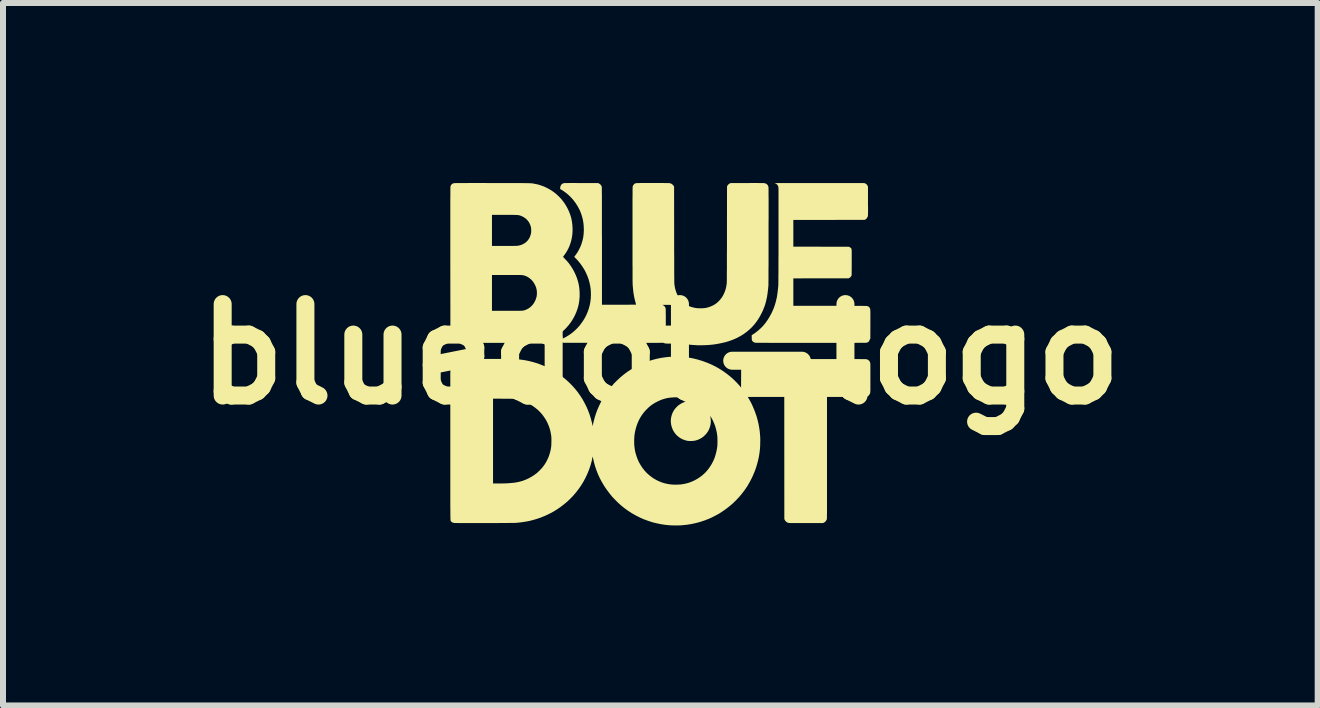
<source format=kicad_pcb>
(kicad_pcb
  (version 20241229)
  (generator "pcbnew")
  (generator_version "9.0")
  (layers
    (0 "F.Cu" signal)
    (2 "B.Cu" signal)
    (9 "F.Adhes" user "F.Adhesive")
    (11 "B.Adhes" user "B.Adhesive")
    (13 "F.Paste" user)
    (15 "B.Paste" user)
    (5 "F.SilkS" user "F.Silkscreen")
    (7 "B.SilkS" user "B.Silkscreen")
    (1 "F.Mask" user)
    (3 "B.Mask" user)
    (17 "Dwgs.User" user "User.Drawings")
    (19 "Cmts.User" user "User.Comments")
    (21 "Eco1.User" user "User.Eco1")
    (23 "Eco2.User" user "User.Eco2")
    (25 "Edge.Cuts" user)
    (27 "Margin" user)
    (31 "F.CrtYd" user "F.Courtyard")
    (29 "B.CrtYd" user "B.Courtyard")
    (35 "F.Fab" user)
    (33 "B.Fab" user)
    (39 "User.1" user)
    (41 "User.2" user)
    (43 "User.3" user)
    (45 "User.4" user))
  (footprint "bluedot-logo"
    (layer "F.Cu")
    (at 7.954 2.852)
    (property "Reference" "bluedot-logo" (at 0 0 0) (layer "F.SilkS") (effects (font (size 1.524 1.524) (thickness 0.3))))
    (attr board_only exclude_from_pos_files exclude_from_bom)
    (fp_poly (pts (xy 2.333 -2.851) (xy 2.383 -2.851) (xy 2.436 -2.851) (xy 2.493 -2.851) (xy 2.554 -2.851) (xy 2.619 -2.851) (xy 2.646 -2.851) (xy 3.4 -2.851) (xy 3.411 -2.846) (xy 3.426 -2.839) (xy 3.438 -2.829) (xy 3.448 -2.816) (xy 3.455 -2.802) (xy 3.46 -2.791) (xy 3.46 -2.551) (xy 3.46 -2.514) (xy 3.46 -2.481) (xy 3.461 -2.452) (xy 3.461 -2.426) (xy 3.461 -2.404) (xy 3.461 -2.385) (xy 3.461 -2.368) (xy 3.46 -2.354) (xy 3.46 -2.342) (xy 3.46 -2.332) (xy 3.46 -2.324) (xy 3.46 -2.317) (xy 3.459 -2.312) (xy 3.459 -2.308) (xy 3.459 -2.304) (xy 3.458 -2.302) (xy 3.458 -2.299) (xy 3.457 -2.297) (xy 3.457 -2.297) (xy 3.452 -2.286) (xy 3.446 -2.274) (xy 3.438 -2.263) (xy 3.43 -2.254) (xy 3.428 -2.253) (xy 3.422 -2.248) (xy 3.415 -2.244) (xy 3.412 -2.242) (xy 3.402 -2.238) (xy 2.216 -2.237) (xy 2.216 -1.792) (xy 3.139 -1.79) (xy 3.151 -1.786) (xy 3.163 -1.779) (xy 3.173 -1.771) (xy 3.176 -1.768) (xy 3.178 -1.766) (xy 3.18 -1.764) (xy 3.182 -1.761) (xy 3.183 -1.759) (xy 3.185 -1.755) (xy 3.186 -1.75) (xy 3.187 -1.745) (xy 3.187 -1.738) (xy 3.188 -1.729) (xy 3.189 -1.718) (xy 3.189 -1.705) (xy 3.189 -1.69) (xy 3.189 -1.672) (xy 3.189 -1.651) (xy 3.189 -1.628) (xy 3.189 -1.6) (xy 3.189 -1.569) (xy 3.189 -1.535) (xy 3.189 -1.527) (xy 3.188 -1.316) (xy 3.183 -1.305) (xy 3.174 -1.291) (xy 3.163 -1.279) (xy 3.15 -1.271) (xy 3.148 -1.27) (xy 3.137 -1.264) (xy 2.676 -1.264) (xy 2.216 -1.263) (xy 2.216 -0.806) (xy 2.816 -0.806) (xy 2.875 -0.806) (xy 2.931 -0.806) (xy 2.985 -0.806) (xy 3.037 -0.806) (xy 3.086 -0.805) (xy 3.132 -0.805) (xy 3.175 -0.805) (xy 3.215 -0.805) (xy 3.253 -0.805) (xy 3.287 -0.805) (xy 3.318 -0.805) (xy 3.345 -0.805) (xy 3.369 -0.805) (xy 3.389 -0.804) (xy 3.406 -0.804) (xy 3.419 -0.804) (xy 3.428 -0.804) (xy 3.433 -0.804) (xy 3.433 -0.804) (xy 3.452 -0.8) (xy 3.467 -0.794) (xy 3.479 -0.785) (xy 3.488 -0.773) (xy 3.491 -0.768) (xy 3.492 -0.765) (xy 3.494 -0.763) (xy 3.495 -0.76) (xy 3.496 -0.756) (xy 3.497 -0.752) (xy 3.497 -0.747) (xy 3.498 -0.741) (xy 3.498 -0.734) (xy 3.499 -0.725) (xy 3.499 -0.714) (xy 3.5 -0.701) (xy 3.5 -0.686) (xy 3.5 -0.668) (xy 3.5 -0.648) (xy 3.5 -0.625) (xy 3.5 -0.598) (xy 3.5 -0.568) (xy 3.5 -0.534) (xy 3.5 -0.497) (xy 3.5 -0.496) (xy 3.499 -0.257) (xy 3.492 -0.248) (xy 3.489 -0.242) (xy 3.486 -0.237) (xy 3.486 -0.236) (xy 3.484 -0.231) (xy 3.482 -0.224) (xy 3.478 -0.217) (xy 3.473 -0.211) (xy 3.47 -0.207) (xy 3.46 -0.2) (xy 3.446 -0.194) (xy 3.43 -0.191) (xy 3.429 -0.191) (xy 3.426 -0.19) (xy 3.419 -0.19) (xy 3.408 -0.19) (xy 3.393 -0.19) (xy 3.375 -0.19) (xy 3.354 -0.19) (xy 3.329 -0.19) (xy 3.302 -0.19) (xy 3.271 -0.189) (xy 3.238 -0.189) (xy 3.203 -0.189) (xy 3.165 -0.189) (xy 3.125 -0.189) (xy 3.082 -0.189) (xy 3.038 -0.189) (xy 2.993 -0.189) (xy 2.945 -0.189) (xy 2.897 -0.189) (xy 2.847 -0.189) (xy 2.796 -0.189) (xy 2.744 -0.189) (xy 2.692 -0.189) (xy 2.639 -0.189) (xy 2.585 -0.189) (xy 2.531 -0.189) (xy 2.478 -0.189) (xy 2.424 -0.189) (xy 2.37 -0.189) (xy 2.317 -0.189) (xy 2.265 -0.189) (xy 2.213 -0.189) (xy 2.162 -0.189) (xy 2.113 -0.189) (xy 2.064 -0.189) (xy 2.017 -0.189) (xy 1.971 -0.189) (xy 1.927 -0.189) (xy 1.885 -0.189) (xy 1.845 -0.189) (xy 1.808 -0.189) (xy 1.772 -0.19) (xy 1.739 -0.19) (xy 1.709 -0.19) (xy 1.682 -0.19) (xy 1.657 -0.19) (xy 1.636 -0.19) (xy 1.618 -0.19) (xy 1.604 -0.19) (xy 1.593 -0.19) (xy 1.586 -0.191) (xy 1.584 -0.191) (xy 1.566 -0.195) (xy 1.552 -0.202) (xy 1.539 -0.213) (xy 1.53 -0.225) (xy 1.529 -0.227) (xy 1.527 -0.232) (xy 1.526 -0.236) (xy 1.524 -0.24) (xy 1.524 -0.245) (xy 1.523 -0.252) (xy 1.523 -0.262) (xy 1.523 -0.275) (xy 1.523 -0.278) (xy 1.522 -0.316) (xy 1.539 -0.327) (xy 1.586 -0.359) (xy 1.63 -0.394) (xy 1.672 -0.431) (xy 1.711 -0.471) (xy 1.747 -0.514) (xy 1.781 -0.561) (xy 1.813 -0.611) (xy 1.842 -0.664) (xy 1.853 -0.684) (xy 1.87 -0.721) (xy 1.886 -0.758) (xy 1.9 -0.795) (xy 1.912 -0.832) (xy 1.923 -0.871) (xy 1.933 -0.911) (xy 1.942 -0.952) (xy 1.949 -0.996) (xy 1.955 -1.043) (xy 1.961 -1.093) (xy 1.966 -1.147) (xy 1.966 -1.148) (xy 1.966 -1.153) (xy 1.966 -1.162) (xy 1.966 -1.174) (xy 1.967 -1.19) (xy 1.967 -1.209) (xy 1.967 -1.231) (xy 1.967 -1.257) (xy 1.967 -1.285) (xy 1.967 -1.316) (xy 1.968 -1.35) (xy 1.968 -1.386) (xy 1.968 -1.424) (xy 1.968 -1.464) (xy 1.968 -1.506) (xy 1.968 -1.55) (xy 1.968 -1.595) (xy 1.969 -1.641) (xy 1.969 -1.689) (xy 1.969 -1.737) (xy 1.969 -1.786) (xy 1.969 -1.836) (xy 1.969 -1.887) (xy 1.969 -1.937) (xy 1.969 -1.988) (xy 1.969 -2.039) (xy 1.969 -2.089) (xy 1.969 -2.139) (xy 1.969 -2.188) (xy 1.969 -2.237) (xy 1.969 -2.284) (xy 1.969 -2.331) (xy 1.969 -2.376) (xy 1.969 -2.42) (xy 1.969 -2.462) (xy 1.969 -2.502) (xy 1.969 -2.54) (xy 1.969 -2.576) (xy 1.969 -2.61) (xy 1.969 -2.641) (xy 1.969 -2.67) (xy 1.969 -2.695) (xy 1.969 -2.718) (xy 1.969 -2.737) (xy 1.968 -2.753) (xy 1.968 -2.766) (xy 1.968 -2.774) (xy 1.968 -2.779) (xy 1.968 -2.78) (xy 1.963 -2.798) (xy 1.955 -2.814) (xy 1.946 -2.826) (xy 1.935 -2.835) (xy 1.923 -2.842) (xy 1.908 -2.847) (xy 1.905 -2.848) (xy 1.904 -2.848) (xy 1.904 -2.849) (xy 1.904 -2.849) (xy 1.904 -2.849) (xy 1.906 -2.849) (xy 1.908 -2.85) (xy 1.911 -2.85) (xy 1.916 -2.85) (xy 1.921 -2.85) (xy 1.929 -2.85) (xy 1.937 -2.85) (xy 1.948 -2.851) (xy 1.96 -2.851) (xy 1.974 -2.851) (xy 1.99 -2.851) (xy 2.008 -2.851) (xy 2.028 -2.851) (xy 2.051 -2.851) (xy 2.076 -2.851) (xy 2.104 -2.851) (xy 2.135 -2.851) (xy 2.168 -2.851) (xy 2.205 -2.851) (xy 2.244 -2.851) (xy 2.287 -2.851)) (stroke (width 0) (type solid)) (fill yes) (layer "F.SilkS"))
    (fp_poly (pts (xy -3.017 -2.852) (xy -2.961 -2.852) (xy -2.901 -2.852) (xy -2.836 -2.851) (xy -2.799 -2.851) (xy -2.738 -2.851) (xy -2.681 -2.851) (xy -2.628 -2.851) (xy -2.579 -2.851) (xy -2.533 -2.851) (xy -2.49 -2.851) (xy -2.451 -2.851) (xy -2.415 -2.851) (xy -2.382 -2.851) (xy -2.351 -2.851) (xy -2.324 -2.851) (xy -2.299 -2.851) (xy -2.276 -2.85) (xy -2.255 -2.85) (xy -2.237 -2.85) (xy -2.22 -2.85) (xy -2.205 -2.849) (xy -2.192 -2.849) (xy -2.181 -2.849) (xy -2.17 -2.848) (xy -2.161 -2.848) (xy -2.153 -2.848) (xy -2.146 -2.847) (xy -2.14 -2.847) (xy -2.134 -2.846) (xy -2.129 -2.845) (xy -2.124 -2.845) (xy -2.119 -2.844) (xy -2.114 -2.843) (xy -2.109 -2.842) (xy -2.104 -2.841) (xy -2.098 -2.84) (xy -2.095 -2.839) (xy -2.041 -2.828) (xy -1.989 -2.812) (xy -1.937 -2.793) (xy -1.887 -2.769) (xy -1.838 -2.742) (xy -1.791 -2.712) (xy -1.749 -2.68) (xy -1.735 -2.669) (xy -1.72 -2.655) (xy -1.703 -2.639) (xy -1.686 -2.622) (xy -1.67 -2.606) (xy -1.655 -2.59) (xy -1.643 -2.576) (xy -1.639 -2.571) (xy -1.604 -2.525) (xy -1.573 -2.477) (xy -1.546 -2.428) (xy -1.522 -2.377) (xy -1.502 -2.326) (xy -1.486 -2.273) (xy -1.481 -2.251) (xy -1.472 -2.202) (xy -1.466 -2.15) (xy -1.463 -2.098) (xy -1.463 -2.045) (xy -1.467 -1.993) (xy -1.474 -1.944) (xy -1.484 -1.896) (xy -1.498 -1.848) (xy -1.515 -1.801) (xy -1.536 -1.755) (xy -1.56 -1.711) (xy -1.587 -1.67) (xy -1.599 -1.653) (xy -1.606 -1.644) (xy -1.612 -1.636) (xy -1.617 -1.63) (xy -1.62 -1.626) (xy -1.621 -1.625) (xy -1.62 -1.623) (xy -1.618 -1.619) (xy -1.613 -1.613) (xy -1.606 -1.605) (xy -1.596 -1.595) (xy -1.592 -1.59) (xy -1.556 -1.552) (xy -1.524 -1.514) (xy -1.495 -1.474) (xy -1.468 -1.432) (xy -1.443 -1.388) (xy -1.434 -1.37) (xy -1.41 -1.319) (xy -1.39 -1.269) (xy -1.374 -1.218) (xy -1.361 -1.167) (xy -1.352 -1.114) (xy -1.347 -1.06) (xy -1.345 -1.016) (xy -1.345 -0.961) (xy -1.349 -0.909) (xy -1.356 -0.857) (xy -1.366 -0.807) (xy -1.38 -0.756) (xy -1.383 -0.75) (xy -1.399 -0.704) (xy -1.419 -0.658) (xy -1.442 -0.612) (xy -1.468 -0.568) (xy -1.496 -0.526) (xy -1.497 -0.524) (xy -1.532 -0.479) (xy -1.57 -0.436) (xy -1.61 -0.396) (xy -1.653 -0.359) (xy -1.699 -0.325) (xy -1.746 -0.295) (xy -1.796 -0.268) (xy -1.847 -0.245) (xy -1.9 -0.225) (xy -1.901 -0.225) (xy -1.929 -0.216) (xy -1.955 -0.209) (xy -1.983 -0.203) (xy -2.012 -0.198) (xy -2.044 -0.193) (xy -2.045 -0.193) (xy -2.048 -0.193) (xy -2.051 -0.193) (xy -2.055 -0.192) (xy -2.059 -0.192) (xy -2.064 -0.192) (xy -2.07 -0.192) (xy -2.077 -0.191) (xy -2.085 -0.191) (xy -2.094 -0.191) (xy -2.105 -0.191) (xy -2.118 -0.191) (xy -2.132 -0.191) (xy -2.148 -0.19) (xy -2.167 -0.19) (xy -2.187 -0.19) (xy -2.209 -0.19) (xy -2.234 -0.19) (xy -2.262 -0.19) (xy -2.292 -0.19) (xy -2.325 -0.19) (xy -2.361 -0.19) (xy -2.4 -0.19) (xy -2.443 -0.19) (xy -2.488 -0.19) (xy -2.538 -0.19) (xy -2.591 -0.189) (xy -2.647 -0.189) (xy -2.708 -0.189) (xy -2.749 -0.189) (xy -2.802 -0.189) (xy -2.854 -0.189) (xy -2.905 -0.189) (xy -2.954 -0.189) (xy -3.002 -0.189) (xy -3.048 -0.189) (xy -3.093 -0.189) (xy -3.135 -0.189) (xy -3.175 -0.189) (xy -3.214 -0.19) (xy -3.249 -0.19) (xy -3.282 -0.19) (xy -3.313 -0.19) (xy -3.34 -0.19) (xy -3.365 -0.19) (xy -3.386 -0.19) (xy -3.404 -0.19) (xy -3.418 -0.19) (xy -3.429 -0.19) (xy -3.436 -0.191) (xy -3.439 -0.191) (xy -3.456 -0.195) (xy -3.471 -0.202) (xy -3.483 -0.213) (xy -3.492 -0.226) (xy -3.492 -0.227) (xy -3.499 -0.241) (xy -3.499 -0.723) (xy -2.806 -0.723) (xy -2.557 -0.723) (xy -2.519 -0.723) (xy -2.485 -0.723) (xy -2.454 -0.723) (xy -2.427 -0.723) (xy -2.403 -0.723) (xy -2.383 -0.723) (xy -2.365 -0.723) (xy -2.349 -0.723) (xy -2.336 -0.724) (xy -2.325 -0.724) (xy -2.316 -0.724) (xy -2.308 -0.724) (xy -2.302 -0.725) (xy -2.297 -0.725) (xy -2.293 -0.725) (xy -2.29 -0.726) (xy -2.289 -0.726) (xy -2.259 -0.733) (xy -2.23 -0.745) (xy -2.202 -0.759) (xy -2.175 -0.777) (xy -2.151 -0.799) (xy -2.128 -0.822) (xy -2.109 -0.849) (xy -2.092 -0.878) (xy -2.08 -0.903) (xy -2.07 -0.932) (xy -2.062 -0.96) (xy -2.058 -0.989) (xy -2.057 -1.018) (xy -2.057 -1.032) (xy -2.059 -1.06) (xy -2.064 -1.085) (xy -2.07 -1.11) (xy -2.08 -1.135) (xy -2.089 -1.155) (xy -2.106 -1.185) (xy -2.125 -1.213) (xy -2.147 -1.238) (xy -2.172 -1.26) (xy -2.198 -1.279) (xy -2.226 -1.295) (xy -2.255 -1.307) (xy -2.285 -1.315) (xy -2.289 -1.316) (xy -2.292 -1.317) (xy -2.295 -1.317) (xy -2.3 -1.317) (xy -2.306 -1.318) (xy -2.313 -1.318) (xy -2.321 -1.318) (xy -2.332 -1.319) (xy -2.344 -1.319) (xy -2.359 -1.319) (xy -2.376 -1.319) (xy -2.396 -1.319) (xy -2.419 -1.319) (xy -2.445 -1.319) (xy -2.475 -1.319) (xy -2.508 -1.319) (xy -2.545 -1.319) (xy -2.556 -1.319) (xy -2.806 -1.319) (xy -2.806 -0.723) (xy -3.499 -0.723) (xy -3.5 -1.511) (xy -3.5 -1.603) (xy -3.5 -1.69) (xy -3.5 -1.774) (xy -3.5 -1.854) (xy -3.5 -1.93) (xy -3.5 -2.002) (xy -3.5 -2.07) (xy -3.5 -2.135) (xy -3.5 -2.196) (xy -3.5 -2.254) (xy -3.5 -2.308) (xy -3.5 -2.322) (xy -2.806 -2.322) (xy -2.806 -1.804) (xy -2.601 -1.804) (xy -2.566 -1.804) (xy -2.535 -1.804) (xy -2.508 -1.804) (xy -2.484 -1.804) (xy -2.463 -1.804) (xy -2.445 -1.804) (xy -2.43 -1.805) (xy -2.417 -1.805) (xy -2.406 -1.805) (xy -2.397 -1.805) (xy -2.39 -1.806) (xy -2.384 -1.806) (xy -2.379 -1.807) (xy -2.375 -1.807) (xy -2.375 -1.807) (xy -2.341 -1.814) (xy -2.31 -1.824) (xy -2.281 -1.838) (xy -2.254 -1.854) (xy -2.23 -1.874) (xy -2.209 -1.896) (xy -2.191 -1.921) (xy -2.176 -1.948) (xy -2.165 -1.978) (xy -2.156 -2.009) (xy -2.155 -2.016) (xy -2.153 -2.03) (xy -2.152 -2.047) (xy -2.152 -2.065) (xy -2.152 -2.082) (xy -2.154 -2.098) (xy -2.155 -2.107) (xy -2.162 -2.138) (xy -2.174 -2.168) (xy -2.188 -2.196) (xy -2.206 -2.221) (xy -2.227 -2.245) (xy -2.251 -2.266) (xy -2.277 -2.283) (xy -2.305 -2.298) (xy -2.331 -2.308) (xy -2.337 -2.31) (xy -2.343 -2.312) (xy -2.348 -2.313) (xy -2.353 -2.315) (xy -2.358 -2.316) (xy -2.364 -2.317) (xy -2.37 -2.318) (xy -2.377 -2.318) (xy -2.385 -2.319) (xy -2.395 -2.319) (xy -2.406 -2.32) (xy -2.419 -2.32) (xy -2.435 -2.32) (xy -2.453 -2.321) (xy -2.474 -2.321) (xy -2.498 -2.321) (xy -2.526 -2.321) (xy -2.557 -2.321) (xy -2.591 -2.321) (xy -2.593 -2.321) (xy -2.806 -2.322) (xy -3.5 -2.322) (xy -3.5 -2.359) (xy -3.5 -2.407) (xy -3.5 -2.452) (xy -3.5 -2.493) (xy -3.5 -2.532) (xy -3.5 -2.567) (xy -3.5 -2.599) (xy -3.499 -2.629) (xy -3.499 -2.656) (xy -3.499 -2.68) (xy -3.499 -2.702) (xy -3.499 -2.721) (xy -3.499 -2.738) (xy -3.499 -2.752) (xy -3.499 -2.764) (xy -3.499 -2.774) (xy -3.498 -2.781) (xy -3.498 -2.787) (xy -3.498 -2.79) (xy -3.498 -2.792) (xy -3.492 -2.809) (xy -3.484 -2.824) (xy -3.472 -2.835) (xy -3.458 -2.844) (xy -3.441 -2.849) (xy -3.438 -2.85) (xy -3.435 -2.85) (xy -3.429 -2.85) (xy -3.421 -2.85) (xy -3.409 -2.851) (xy -3.395 -2.851) (xy -3.378 -2.851) (xy -3.357 -2.851) (xy -3.333 -2.851) (xy -3.306 -2.851) (xy -3.275 -2.851) (xy -3.241 -2.851) (xy -3.204 -2.852) (xy -3.163 -2.852) (xy -3.118 -2.852) (xy -3.069 -2.852)) (stroke (width 0) (type solid)) (fill yes) (layer "F.SilkS"))
    (fp_poly (pts (xy -0.139 -2.852) (xy -0.125 -2.852) (xy -0.081 -2.852) (xy -0.041 -2.852) (xy -0.005 -2.852) (xy 0.027 -2.852) (xy 0.055 -2.852) (xy 0.08 -2.851) (xy 0.101 -2.851) (xy 0.119 -2.851) (xy 0.133 -2.851) (xy 0.144 -2.85) (xy 0.152 -2.85) (xy 0.157 -2.85) (xy 0.158 -2.85) (xy 0.172 -2.845) (xy 0.187 -2.838) (xy 0.201 -2.828) (xy 0.213 -2.817) (xy 0.221 -2.805) (xy 0.224 -2.801) (xy 0.229 -2.791) (xy 0.23 -1.988) (xy 0.23 -1.919) (xy 0.23 -1.854) (xy 0.23 -1.793) (xy 0.23 -1.736) (xy 0.23 -1.683) (xy 0.231 -1.632) (xy 0.231 -1.586) (xy 0.231 -1.542) (xy 0.231 -1.502) (xy 0.231 -1.465) (xy 0.231 -1.43) (xy 0.231 -1.399) (xy 0.231 -1.37) (xy 0.231 -1.343) (xy 0.231 -1.319) (xy 0.232 -1.298) (xy 0.232 -1.278) (xy 0.232 -1.261) (xy 0.232 -1.245) (xy 0.232 -1.231) (xy 0.232 -1.219) (xy 0.232 -1.208) (xy 0.233 -1.199) (xy 0.233 -1.191) (xy 0.233 -1.184) (xy 0.233 -1.178) (xy 0.233 -1.173) (xy 0.234 -1.169) (xy 0.234 -1.166) (xy 0.234 -1.163) (xy 0.235 -1.16) (xy 0.235 -1.16) (xy 0.241 -1.118) (xy 0.25 -1.08) (xy 0.261 -1.044) (xy 0.274 -1.01) (xy 0.284 -0.989) (xy 0.304 -0.953) (xy 0.326 -0.919) (xy 0.351 -0.889) (xy 0.379 -0.862) (xy 0.409 -0.839) (xy 0.442 -0.818) (xy 0.477 -0.801) (xy 0.515 -0.787) (xy 0.556 -0.776) (xy 0.599 -0.768) (xy 0.61 -0.767) (xy 0.626 -0.766) (xy 0.644 -0.765) (xy 0.664 -0.765) (xy 0.684 -0.765) (xy 0.704 -0.765) (xy 0.722 -0.767) (xy 0.738 -0.768) (xy 0.746 -0.769) (xy 0.788 -0.778) (xy 0.828 -0.791) (xy 0.866 -0.807) (xy 0.902 -0.826) (xy 0.935 -0.849) (xy 0.965 -0.875) (xy 0.993 -0.904) (xy 1.018 -0.936) (xy 1.041 -0.971) (xy 1.053 -0.994) (xy 1.068 -1.026) (xy 1.08 -1.058) (xy 1.09 -1.091) (xy 1.098 -1.126) (xy 1.104 -1.164) (xy 1.106 -1.178) (xy 1.107 -1.181) (xy 1.107 -1.186) (xy 1.107 -1.193) (xy 1.107 -1.203) (xy 1.107 -1.214) (xy 1.108 -1.229) (xy 1.108 -1.245) (xy 1.108 -1.265) (xy 1.108 -1.287) (xy 1.108 -1.312) (xy 1.108 -1.339) (xy 1.108 -1.37) (xy 1.109 -1.404) (xy 1.109 -1.441) (xy 1.109 -1.481) (xy 1.109 -1.525) (xy 1.109 -1.571) (xy 1.109 -1.622) (xy 1.109 -1.676) (xy 1.11 -1.734) (xy 1.11 -1.796) (xy 1.11 -1.861) (xy 1.11 -1.93) (xy 1.11 -1.997) (xy 1.111 -2.795) (xy 1.117 -2.807) (xy 1.125 -2.819) (xy 1.135 -2.83) (xy 1.147 -2.84) (xy 1.159 -2.846) (xy 1.171 -2.851) (xy 1.446 -2.851) (xy 1.49 -2.852) (xy 1.53 -2.852) (xy 1.567 -2.852) (xy 1.599 -2.852) (xy 1.628 -2.852) (xy 1.653 -2.851) (xy 1.675 -2.851) (xy 1.693 -2.851) (xy 1.707 -2.851) (xy 1.719 -2.851) (xy 1.727 -2.85) (xy 1.732 -2.85) (xy 1.734 -2.85) (xy 1.752 -2.845) (xy 1.768 -2.837) (xy 1.781 -2.826) (xy 1.792 -2.812) (xy 1.799 -2.796) (xy 1.801 -2.79) (xy 1.801 -2.789) (xy 1.801 -2.787) (xy 1.802 -2.785) (xy 1.802 -2.781) (xy 1.802 -2.777) (xy 1.802 -2.771) (xy 1.802 -2.765) (xy 1.803 -2.757) (xy 1.803 -2.748) (xy 1.803 -2.737) (xy 1.803 -2.724) (xy 1.803 -2.71) (xy 1.803 -2.694) (xy 1.803 -2.676) (xy 1.803 -2.655) (xy 1.803 -2.633) (xy 1.804 -2.608) (xy 1.804 -2.58) (xy 1.804 -2.55) (xy 1.804 -2.517) (xy 1.804 -2.481) (xy 1.804 -2.443) (xy 1.804 -2.401) (xy 1.804 -2.356) (xy 1.804 -2.308) (xy 1.804 -2.256) (xy 1.803 -2.2) (xy 1.803 -2.141) (xy 1.803 -2.078) (xy 1.803 -2.011) (xy 1.803 -1.97) (xy 1.803 -1.895) (xy 1.803 -1.823) (xy 1.803 -1.756) (xy 1.803 -1.692) (xy 1.803 -1.633) (xy 1.803 -1.577) (xy 1.803 -1.525) (xy 1.803 -1.476) (xy 1.802 -1.431) (xy 1.802 -1.39) (xy 1.802 -1.352) (xy 1.802 -1.317) (xy 1.802 -1.285) (xy 1.802 -1.257) (xy 1.802 -1.232) (xy 1.801 -1.21) (xy 1.801 -1.191) (xy 1.801 -1.175) (xy 1.801 -1.161) (xy 1.801 -1.151) (xy 1.801 -1.143) (xy 1.8 -1.138) (xy 1.8 -1.136) (xy 1.795 -1.084) (xy 1.789 -1.035) (xy 1.783 -0.99) (xy 1.776 -0.948) (xy 1.767 -0.907) (xy 1.758 -0.869) (xy 1.748 -0.832) (xy 1.736 -0.797) (xy 1.722 -0.761) (xy 1.708 -0.726) (xy 1.693 -0.695) (xy 1.664 -0.639) (xy 1.633 -0.586) (xy 1.599 -0.537) (xy 1.562 -0.49) (xy 1.523 -0.447) (xy 1.481 -0.407) (xy 1.435 -0.369) (xy 1.387 -0.334) (xy 1.336 -0.303) (xy 1.283 -0.274) (xy 1.237 -0.253) (xy 1.188 -0.233) (xy 1.136 -0.215) (xy 1.081 -0.199) (xy 1.025 -0.186) (xy 0.966 -0.174) (xy 0.907 -0.164) (xy 0.848 -0.157) (xy 0.788 -0.152) (xy 0.738 -0.15) (xy 0.724 -0.15) (xy 0.711 -0.149) (xy 0.699 -0.149) (xy 0.689 -0.149) (xy 0.682 -0.148) (xy 0.681 -0.148) (xy 0.675 -0.148) (xy 0.666 -0.148) (xy 0.654 -0.149) (xy 0.641 -0.149) (xy 0.626 -0.149) (xy 0.617 -0.149) (xy 0.568 -0.152) (xy 0.517 -0.155) (xy 0.466 -0.161) (xy 0.416 -0.168) (xy 0.367 -0.176) (xy 0.32 -0.186) (xy 0.276 -0.196) (xy 0.24 -0.206) (xy 0.222 -0.212) (xy 0.23 -0.223) (xy 0.232 -0.226) (xy 0.234 -0.229) (xy 0.236 -0.232) (xy 0.238 -0.234) (xy 0.239 -0.237) (xy 0.24 -0.241) (xy 0.242 -0.245) (xy 0.242 -0.251) (xy 0.243 -0.257) (xy 0.244 -0.265) (xy 0.244 -0.275) (xy 0.245 -0.286) (xy 0.245 -0.3) (xy 0.245 -0.316) (xy 0.245 -0.335) (xy 0.246 -0.357) (xy 0.246 -0.382) (xy 0.246 -0.41) (xy 0.246 -0.441) (xy 0.246 -0.477) (xy 0.246 -0.499) (xy 0.246 -0.543) (xy 0.246 -0.583) (xy 0.246 -0.619) (xy 0.246 -0.651) (xy 0.246 -0.679) (xy 0.246 -0.702) (xy 0.246 -0.721) (xy 0.245 -0.737) (xy 0.245 -0.748) (xy 0.245 -0.755) (xy 0.244 -0.757) (xy 0.243 -0.766) (xy 0.24 -0.775) (xy 0.238 -0.78) (xy 0.231 -0.791) (xy 0.221 -0.802) (xy 0.21 -0.811) (xy 0.201 -0.816) (xy 0.19 -0.821) (xy 0.03 -0.822) (xy 0.042 -0.817) (xy 0.058 -0.809) (xy 0.071 -0.797) (xy 0.08 -0.783) (xy 0.087 -0.767) (xy 0.089 -0.754) (xy 0.089 -0.749) (xy 0.09 -0.741) (xy 0.09 -0.729) (xy 0.09 -0.714) (xy 0.09 -0.696) (xy 0.09 -0.676) (xy 0.091 -0.654) (xy 0.091 -0.63) (xy 0.091 -0.604) (xy 0.091 -0.577) (xy 0.091 -0.55) (xy 0.091 -0.522) (xy 0.091 -0.493) (xy 0.091 -0.465) (xy 0.091 -0.438) (xy 0.091 -0.411) (xy 0.091 -0.385) (xy 0.091 -0.361) (xy 0.09 -0.339) (xy 0.09 -0.319) (xy 0.09 -0.301) (xy 0.09 -0.286) (xy 0.09 -0.274) (xy 0.089 -0.266) (xy 0.089 -0.262) (xy 0.089 -0.261) (xy 0.085 -0.243) (xy 0.077 -0.227) (xy 0.067 -0.213) (xy 0.054 -0.202) (xy 0.039 -0.194) (xy 0.027 -0.191) (xy 0.025 -0.19) (xy 0.021 -0.19) (xy 0.014 -0.19) (xy 0.006 -0.19) (xy -0.006 -0.19) (xy -0.019 -0.19) (xy -0.035 -0.189) (xy -0.054 -0.189) (xy -0.075 -0.189) (xy -0.1 -0.189) (xy -0.127 -0.189) (xy -0.157 -0.189) (xy -0.19 -0.189) (xy -0.227 -0.189) (xy -0.266 -0.189) (xy -0.309 -0.189) (xy -0.356 -0.189) (xy -0.406 -0.189) (xy -0.459 -0.189) (xy -0.516 -0.189) (xy -0.577 -0.189) (xy -0.642 -0.189) (xy -0.711 -0.189) (xy -0.784 -0.189) (xy -0.799 -0.189) (xy -1.614 -0.19) (xy -1.627 -0.194) (xy -1.64 -0.202) (xy -1.651 -0.212) (xy -1.659 -0.223) (xy -1.664 -0.237) (xy -1.664 -0.238) (xy -1.665 -0.241) (xy -1.664 -0.243) (xy -1.661 -0.245) (xy -1.655 -0.248) (xy -1.653 -0.248) (xy -1.645 -0.252) (xy -1.633 -0.257) (xy -1.62 -0.263) (xy -1.606 -0.27) (xy -1.592 -0.277) (xy -1.578 -0.284) (xy -1.566 -0.291) (xy -1.562 -0.294) (xy -1.512 -0.325) (xy -1.466 -0.359) (xy -1.422 -0.397) (xy -1.381 -0.437) (xy -1.343 -0.48) (xy -1.308 -0.527) (xy -1.293 -0.548) (xy -1.262 -0.598) (xy -1.235 -0.65) (xy -1.212 -0.703) (xy -1.193 -0.756) (xy -1.178 -0.811) (xy -1.167 -0.866) (xy -1.16 -0.923) (xy -1.157 -0.98) (xy -1.158 -1.039) (xy -1.161 -1.083) (xy -1.169 -1.139) (xy -1.181 -1.194) (xy -1.196 -1.249) (xy -1.216 -1.303) (xy -1.239 -1.355) (xy -1.265 -1.406) (xy -1.296 -1.456) (xy -1.329 -1.503) (xy -1.366 -1.549) (xy -1.405 -1.592) (xy -1.41 -1.596) (xy -1.435 -1.622) (xy -1.419 -1.643) (xy -1.388 -1.687) (xy -1.361 -1.732) (xy -1.337 -1.78) (xy -1.317 -1.829) (xy -1.301 -1.88) (xy -1.292 -1.916) (xy -1.285 -1.947) (xy -1.281 -1.978) (xy -1.278 -2.009) (xy -1.276 -2.043) (xy -1.275 -2.078) (xy -1.277 -2.133) (xy -1.282 -2.185) (xy -1.29 -2.235) (xy -1.302 -2.285) (xy -1.317 -2.333) (xy -1.336 -2.382) (xy -1.35 -2.412) (xy -1.377 -2.463) (xy -1.407 -2.511) (xy -1.44 -2.556) (xy -1.476 -2.599) (xy -1.515 -2.639) (xy -1.557 -2.676) (xy -1.602 -2.71) (xy -1.65 -2.741) (xy -1.651 -2.742) (xy -1.67 -2.753) (xy -1.669 -2.772) (xy -1.666 -2.792) (xy -1.66 -2.809) (xy -1.651 -2.824) (xy -1.639 -2.836) (xy -1.625 -2.844) (xy -1.613 -2.849) (xy -1.611 -2.849) (xy -1.609 -2.85) (xy -1.606 -2.85) (xy -1.601 -2.85) (xy -1.596 -2.851) (xy -1.589 -2.851) (xy -1.58 -2.851) (xy -1.57 -2.851) (xy -1.557 -2.851) (xy -1.543 -2.851) (xy -1.526 -2.852) (xy -1.506 -2.852) (xy -1.483 -2.852) (xy -1.457 -2.852) (xy -1.428 -2.852) (xy -1.395 -2.852) (xy -1.359 -2.851) (xy -1.319 -2.851) (xy -1.036 -2.851) (xy -1.022 -2.844) (xy -1.006 -2.834) (xy -0.993 -2.821) (xy -0.983 -2.806) (xy -0.977 -2.789) (xy -0.975 -2.781) (xy -0.975 -2.778) (xy -0.975 -2.771) (xy -0.975 -2.76) (xy -0.975 -2.745) (xy -0.975 -2.727) (xy -0.975 -2.705) (xy -0.975 -2.679) (xy -0.974 -2.65) (xy -0.974 -2.618) (xy -0.974 -2.582) (xy -0.974 -2.543) (xy -0.974 -2.502) (xy -0.974 -2.457) (xy -0.974 -2.41) (xy -0.974 -2.36) (xy -0.974 -2.307) (xy -0.974 -2.252) (xy -0.974 -2.195) (xy -0.974 -2.135) (xy -0.974 -2.074) (xy -0.974 -2.01) (xy -0.973 -1.944) (xy -0.973 -1.876) (xy -0.973 -1.807) (xy -0.973 -1.796) (xy -0.973 -0.824) (xy -0.689 -0.824) (xy -0.655 -0.824) (xy -0.622 -0.824) (xy -0.59 -0.824) (xy -0.561 -0.824) (xy -0.533 -0.824) (xy -0.507 -0.825) (xy -0.483 -0.825) (xy -0.462 -0.825) (xy -0.444 -0.825) (xy -0.429 -0.825) (xy -0.417 -0.825) (xy -0.409 -0.825) (xy -0.405 -0.825) (xy -0.404 -0.825) (xy -0.404 -0.828) (xy -0.406 -0.833) (xy -0.408 -0.841) (xy -0.411 -0.85) (xy -0.411 -0.851) (xy -0.425 -0.904) (xy -0.437 -0.958) (xy -0.447 -1.015) (xy -0.454 -1.075) (xy -0.46 -1.138) (xy -0.462 -1.169) (xy -0.462 -1.175) (xy -0.462 -1.185) (xy -0.462 -1.199) (xy -0.463 -1.217) (xy -0.463 -1.239) (xy -0.463 -1.265) (xy -0.463 -1.295) (xy -0.463 -1.328) (xy -0.463 -1.365) (xy -0.463 -1.406) (xy -0.463 -1.451) (xy -0.464 -1.499) (xy -0.464 -1.551) (xy -0.464 -1.607) (xy -0.464 -1.665) (xy -0.464 -1.728) (xy -0.464 -1.793) (xy -0.464 -1.862) (xy -0.464 -1.935) (xy -0.464 -1.997) (xy -0.464 -2.065) (xy -0.464 -2.13) (xy -0.464 -2.19) (xy -0.464 -2.247) (xy -0.464 -2.301) (xy -0.464 -2.35) (xy -0.464 -2.396) (xy -0.464 -2.439) (xy -0.464 -2.479) (xy -0.464 -2.516) (xy -0.464 -2.55) (xy -0.464 -2.581) (xy -0.464 -2.609) (xy -0.463 -2.635) (xy -0.463 -2.658) (xy -0.463 -2.679) (xy -0.463 -2.698) (xy -0.463 -2.714) (xy -0.463 -2.729) (xy -0.463 -2.742) (xy -0.463 -2.753) (xy -0.462 -2.763) (xy -0.462 -2.771) (xy -0.462 -2.777) (xy -0.462 -2.783) (xy -0.462 -2.787) (xy -0.461 -2.79) (xy -0.461 -2.793) (xy -0.461 -2.795) (xy -0.461 -2.795) (xy -0.456 -2.806) (xy -0.45 -2.818) (xy -0.442 -2.828) (xy -0.433 -2.837) (xy -0.431 -2.839) (xy -0.428 -2.841) (xy -0.426 -2.842) (xy -0.424 -2.844) (xy -0.421 -2.845) (xy -0.418 -2.846) (xy -0.415 -2.847) (xy -0.41 -2.848) (xy -0.405 -2.849) (xy -0.398 -2.85) (xy -0.39 -2.85) (xy -0.38 -2.851) (xy -0.368 -2.851) (xy -0.354 -2.851) (xy -0.337 -2.852) (xy -0.318 -2.852) (xy -0.297 -2.852) (xy -0.272 -2.852) (xy -0.244 -2.852) (xy -0.213 -2.852) (xy -0.178 -2.852)) (stroke (width 0) (type solid)) (fill yes) (layer "F.SilkS"))
    (fp_poly (pts (xy 0.302 0.042) (xy 0.334 0.043) (xy 0.364 0.045) (xy 0.386 0.046) (xy 0.451 0.054) (xy 0.513 0.064) (xy 0.574 0.077) (xy 0.634 0.093) (xy 0.696 0.112) (xy 0.711 0.117) (xy 0.782 0.143) (xy 0.852 0.173) (xy 0.919 0.206) (xy 0.984 0.243) (xy 1.047 0.283) (xy 1.108 0.327) (xy 1.166 0.373) (xy 1.222 0.423) (xy 1.274 0.475) (xy 1.324 0.53) (xy 1.325 0.532) (xy 1.345 0.555) (xy 1.346 0.348) (xy 1.347 0.14) (xy 1.354 0.126) (xy 1.364 0.111) (xy 1.376 0.099) (xy 1.391 0.09) (xy 1.409 0.084) (xy 1.415 0.083) (xy 1.417 0.083) (xy 1.422 0.083) (xy 1.43 0.082) (xy 1.441 0.082) (xy 1.455 0.082) (xy 1.471 0.082) (xy 1.491 0.082) (xy 1.514 0.082) (xy 1.54 0.082) (xy 1.569 0.081) (xy 1.601 0.081) (xy 1.636 0.081) (xy 1.675 0.081) (xy 1.718 0.081) (xy 1.764 0.081) (xy 1.813 0.081) (xy 1.866 0.081) (xy 1.923 0.081) (xy 1.983 0.081) (xy 2.047 0.081) (xy 2.115 0.081) (xy 2.187 0.081) (xy 2.263 0.081) (xy 2.343 0.081) (xy 2.427 0.081) (xy 2.429 0.081) (xy 2.506 0.081) (xy 2.579 0.081) (xy 2.648 0.081) (xy 2.713 0.081) (xy 2.775 0.081) (xy 2.833 0.081) (xy 2.887 0.082) (xy 2.938 0.082) (xy 2.986 0.082) (xy 3.031 0.082) (xy 3.072 0.082) (xy 3.111 0.082) (xy 3.146 0.082) (xy 3.18 0.082) (xy 3.21 0.082) (xy 3.238 0.082) (xy 3.264 0.082) (xy 3.287 0.082) (xy 3.308 0.082) (xy 3.327 0.082) (xy 3.344 0.083) (xy 3.359 0.083) (xy 3.373 0.083) (xy 3.385 0.083) (xy 3.395 0.083) (xy 3.404 0.083) (xy 3.412 0.083) (xy 3.419 0.084) (xy 3.424 0.084) (xy 3.429 0.084) (xy 3.432 0.084) (xy 3.435 0.084) (xy 3.437 0.085) (xy 3.439 0.085) (xy 3.44 0.085) (xy 3.441 0.085) (xy 3.442 0.086) (xy 3.453 0.091) (xy 3.465 0.098) (xy 3.476 0.107) (xy 3.484 0.115) (xy 3.485 0.117) (xy 3.489 0.124) (xy 3.494 0.134) (xy 3.496 0.14) (xy 3.497 0.142) (xy 3.497 0.145) (xy 3.498 0.147) (xy 3.498 0.15) (xy 3.499 0.154) (xy 3.499 0.159) (xy 3.499 0.166) (xy 3.499 0.173) (xy 3.5 0.183) (xy 3.5 0.194) (xy 3.5 0.208) (xy 3.5 0.224) (xy 3.5 0.243) (xy 3.5 0.265) (xy 3.5 0.29) (xy 3.5 0.318) (xy 3.5 0.35) (xy 3.5 0.386) (xy 3.5 0.393) (xy 3.5 0.431) (xy 3.5 0.464) (xy 3.5 0.494) (xy 3.5 0.52) (xy 3.5 0.544) (xy 3.5 0.564) (xy 3.5 0.581) (xy 3.5 0.596) (xy 3.499 0.609) (xy 3.499 0.62) (xy 3.498 0.629) (xy 3.498 0.636) (xy 3.497 0.642) (xy 3.496 0.647) (xy 3.495 0.651) (xy 3.494 0.655) (xy 3.492 0.658) (xy 3.491 0.661) (xy 3.489 0.664) (xy 3.487 0.667) (xy 3.487 0.668) (xy 3.477 0.683) (xy 3.466 0.694) (xy 3.454 0.703) (xy 3.44 0.708) (xy 3.44 0.709) (xy 3.438 0.709) (xy 3.436 0.71) (xy 3.434 0.71) (xy 3.431 0.71) (xy 3.427 0.711) (xy 3.422 0.711) (xy 3.417 0.711) (xy 3.409 0.711) (xy 3.4 0.712) (xy 3.39 0.712) (xy 3.377 0.712) (xy 3.362 0.712) (xy 3.345 0.712) (xy 3.325 0.712) (xy 3.303 0.712) (xy 3.277 0.712) (xy 3.249 0.712) (xy 3.217 0.712) (xy 3.181 0.712) (xy 3.142 0.712) (xy 3.102 0.712) (xy 2.777 0.712) (xy 2.777 1.803) (xy 2.777 1.877) (xy 2.777 1.946) (xy 2.777 2.012) (xy 2.777 2.074) (xy 2.777 2.132) (xy 2.777 2.187) (xy 2.777 2.238) (xy 2.777 2.286) (xy 2.777 2.331) (xy 2.777 2.373) (xy 2.777 2.412) (xy 2.777 2.449) (xy 2.777 2.482) (xy 2.777 2.513) (xy 2.777 2.541) (xy 2.777 2.567) (xy 2.777 2.591) (xy 2.777 2.612) (xy 2.777 2.632) (xy 2.777 2.649) (xy 2.776 2.665) (xy 2.776 2.679) (xy 2.776 2.691) (xy 2.776 2.702) (xy 2.776 2.711) (xy 2.776 2.719) (xy 2.776 2.726) (xy 2.775 2.732) (xy 2.775 2.737) (xy 2.775 2.74) (xy 2.775 2.744) (xy 2.775 2.746) (xy 2.774 2.748) (xy 2.774 2.75) (xy 2.774 2.751) (xy 2.774 2.752) (xy 2.774 2.752) (xy 2.766 2.769) (xy 2.755 2.784) (xy 2.742 2.797) (xy 2.727 2.807) (xy 2.722 2.809) (xy 2.71 2.814) (xy 2.431 2.814) (xy 2.387 2.814) (xy 2.347 2.814) (xy 2.311 2.814) (xy 2.278 2.814) (xy 2.249 2.814) (xy 2.224 2.814) (xy 2.202 2.814) (xy 2.184 2.814) (xy 2.169 2.814) (xy 2.157 2.813) (xy 2.148 2.813) (xy 2.142 2.813) (xy 2.139 2.812) (xy 2.122 2.808) (xy 2.106 2.799) (xy 2.092 2.788) (xy 2.08 2.774) (xy 2.073 2.761) (xy 2.066 2.747) (xy 2.065 0.712) (xy 1.761 0.712) (xy 1.726 0.712) (xy 1.692 0.712) (xy 1.66 0.713) (xy 1.629 0.713) (xy 1.6 0.713) (xy 1.573 0.713) (xy 1.548 0.713) (xy 1.526 0.713) (xy 1.506 0.713) (xy 1.49 0.713) (xy 1.476 0.713) (xy 1.467 0.713) (xy 1.46 0.713) (xy 1.458 0.713) (xy 1.458 0.713) (xy 1.459 0.715) (xy 1.462 0.72) (xy 1.466 0.727) (xy 1.469 0.733) (xy 1.488 0.766) (xy 1.508 0.802) (xy 1.527 0.841) (xy 1.545 0.882) (xy 1.562 0.922) (xy 1.578 0.963) (xy 1.581 0.971) (xy 1.604 1.037) (xy 1.622 1.103) (xy 1.637 1.168) (xy 1.649 1.235) (xy 1.658 1.303) (xy 1.663 1.368) (xy 1.664 1.385) (xy 1.665 1.405) (xy 1.665 1.428) (xy 1.665 1.452) (xy 1.664 1.477) (xy 1.664 1.502) (xy 1.663 1.526) (xy 1.662 1.548) (xy 1.661 1.567) (xy 1.66 1.579) (xy 1.651 1.655) (xy 1.638 1.73) (xy 1.62 1.804) (xy 1.599 1.877) (xy 1.574 1.949) (xy 1.544 2.02) (xy 1.519 2.074) (xy 1.484 2.14) (xy 1.446 2.204) (xy 1.404 2.266) (xy 1.358 2.326) (xy 1.31 2.383) (xy 1.258 2.438) (xy 1.204 2.49) (xy 1.146 2.539) (xy 1.086 2.585) (xy 1.022 2.629) (xy 0.975 2.659) (xy 0.958 2.668) (xy 0.939 2.679) (xy 0.918 2.69) (xy 0.895 2.702) (xy 0.873 2.713) (xy 0.851 2.724) (xy 0.831 2.733) (xy 0.813 2.741) (xy 0.811 2.742) (xy 0.739 2.77) (xy 0.667 2.794) (xy 0.593 2.814) (xy 0.519 2.83) (xy 0.444 2.842) (xy 0.368 2.85) (xy 0.342 2.852) (xy 0.327 2.853) (xy 0.308 2.853) (xy 0.287 2.853) (xy 0.265 2.854) (xy 0.242 2.854) (xy 0.22 2.853) (xy 0.199 2.853) (xy 0.181 2.852) (xy 0.167 2.852) (xy 0.091 2.845) (xy 0.016 2.834) (xy -0.058 2.819) (xy -0.131 2.801) (xy -0.202 2.778) (xy -0.273 2.752) (xy -0.341 2.722) (xy -0.408 2.688) (xy -0.474 2.651) (xy -0.537 2.61) (xy -0.598 2.566) (xy -0.657 2.518) (xy -0.691 2.488) (xy -0.702 2.478) (xy -0.715 2.465) (xy -0.73 2.45) (xy -0.745 2.435) (xy -0.76 2.42) (xy -0.774 2.405) (xy -0.787 2.392) (xy -0.797 2.381) (xy -0.8 2.378) (xy -0.848 2.319) (xy -0.893 2.259) (xy -0.935 2.197) (xy -0.973 2.133) (xy -1.008 2.068) (xy -1.039 2.001) (xy -1.066 1.932) (xy -1.089 1.863) (xy -1.108 1.793) (xy -1.119 1.742) (xy -1.122 1.73) (xy -1.124 1.72) (xy -1.126 1.712) (xy -1.127 1.707) (xy -1.127 1.705) (xy -1.128 1.707) (xy -1.129 1.712) (xy -1.131 1.719) (xy -1.133 1.729) (xy -1.133 1.73) (xy -1.137 1.75) (xy -1.142 1.773) (xy -1.148 1.797) (xy -1.155 1.821) (xy -1.161 1.844) (xy -1.165 1.857) (xy -1.189 1.927) (xy -1.217 1.995) (xy -1.248 2.061) (xy -1.282 2.125) (xy -1.32 2.187) (xy -1.361 2.246) (xy -1.406 2.304) (xy -1.453 2.359) (xy -1.503 2.411) (xy -1.556 2.461) (xy -1.612 2.507) (xy -1.67 2.551) (xy -1.73 2.592) (xy -1.793 2.63) (xy -1.858 2.664) (xy -1.925 2.695) (xy -1.994 2.723) (xy -2.063 2.746) (xy -2.106 2.759) (xy -2.147 2.77) (xy -2.188 2.78) (xy -2.23 2.788) (xy -2.274 2.795) (xy -2.319 2.802) (xy -2.367 2.807) (xy -2.404 2.811) (xy -2.409 2.811) (xy -2.418 2.811) (xy -2.43 2.812) (xy -2.446 2.812) (xy -2.465 2.812) (xy -2.488 2.812) (xy -2.512 2.812) (xy -2.54 2.813) (xy -2.57 2.813) (xy -2.601 2.813) (xy -2.635 2.813) (xy -2.67 2.813) (xy -2.707 2.814) (xy -2.745 2.814) (xy -2.784 2.814) (xy -2.824 2.814) (xy -2.864 2.814) (xy -2.904 2.814) (xy -2.945 2.814) (xy -2.985 2.814) (xy -3.025 2.814) (xy -3.064 2.814) (xy -3.103 2.814) (xy -3.14 2.814) (xy -3.177 2.814) (xy -3.211 2.814) (xy -3.244 2.814) (xy -3.276 2.814) (xy -3.304 2.814) (xy -3.331 2.814) (xy -3.355 2.814) (xy -3.376 2.814) (xy -3.394 2.813) (xy -3.409 2.813) (xy -3.42 2.813) (xy -3.428 2.813) (xy -3.432 2.813) (xy -3.451 2.809) (xy -3.468 2.803) (xy -3.48 2.794) (xy -3.489 2.785) (xy -3.49 2.784) (xy -3.491 2.783) (xy -3.491 2.782) (xy -3.492 2.782) (xy -3.493 2.781) (xy -3.493 2.78) (xy -3.494 2.779) (xy -3.494 2.778) (xy -3.495 2.776) (xy -3.495 2.774) (xy -3.496 2.771) (xy -3.496 2.767) (xy -3.496 2.763) (xy -3.497 2.757) (xy -3.497 2.751) (xy -3.497 2.743) (xy -3.498 2.735) (xy -3.498 2.725) (xy -3.498 2.713) (xy -3.498 2.701) (xy -3.499 2.686) (xy -3.499 2.67) (xy -3.499 2.652) (xy -3.499 2.632) (xy -3.499 2.611) (xy -3.499 2.587) (xy -3.5 2.561) (xy -3.5 2.533) (xy -3.5 2.502) (xy -3.5 2.469) (xy -3.5 2.434) (xy -3.5 2.396) (xy -3.5 2.355) (xy -3.5 2.311) (xy -3.5 2.265) (xy -3.5 2.215) (xy -3.5 2.162) (xy -3.5 2.107) (xy -3.5 2.047) (xy -3.5 1.985) (xy -3.5 1.919) (xy -3.5 1.849) (xy -3.5 1.776) (xy -3.5 1.699) (xy -3.5 1.618) (xy -3.5 1.533) (xy -3.5 1.363) (xy -3.5 1.279) (xy -3.5 1.198) (xy -3.5 1.122) (xy -3.5 1.049) (xy -3.5 0.98) (xy -3.5 0.914) (xy -3.5 0.852) (xy -3.5 0.793) (xy -3.5 0.741) (xy -2.788 0.741) (xy -2.788 2.154) (xy -2.685 2.154) (xy -2.652 2.154) (xy -2.624 2.154) (xy -2.598 2.153) (xy -2.576 2.153) (xy -2.557 2.152) (xy -2.541 2.151) (xy -2.539 2.151) (xy -2.508 2.149) (xy -2.482 2.146) (xy -2.458 2.144) (xy -2.437 2.142) (xy -2.417 2.139) (xy -2.399 2.136) (xy -2.382 2.133) (xy -2.364 2.129) (xy -2.349 2.126) (xy -2.299 2.112) (xy -2.25 2.094) (xy -2.201 2.072) (xy -2.154 2.047) (xy -2.109 2.019) (xy -2.067 1.988) (xy -2.065 1.987) (xy -2.054 1.978) (xy -2.042 1.966) (xy -2.028 1.953) (xy -2.013 1.939) (xy -1.999 1.924) (xy -1.985 1.91) (xy -1.973 1.897) (xy -1.963 1.885) (xy -1.96 1.881) (xy -1.929 1.839) (xy -1.901 1.794) (xy -1.878 1.747) (xy -1.857 1.699) (xy -1.841 1.648) (xy -1.828 1.596) (xy -1.819 1.543) (xy -1.818 1.531) (xy -1.817 1.516) (xy -1.816 1.498) (xy -1.816 1.478) (xy -1.815 1.458) (xy -1.815 1.447) (xy -0.436 1.447) (xy -0.436 1.468) (xy -0.436 1.489) (xy -0.435 1.507) (xy -0.434 1.523) (xy -0.433 1.533) (xy -0.428 1.57) (xy -0.423 1.604) (xy -0.416 1.637) (xy -0.407 1.669) (xy -0.398 1.697) (xy -0.38 1.748) (xy -0.358 1.797) (xy -0.332 1.843) (xy -0.304 1.887) (xy -0.272 1.929) (xy -0.238 1.968) (xy -0.201 2.003) (xy -0.161 2.036) (xy -0.119 2.066) (xy -0.074 2.093) (xy -0.063 2.099) (xy -0.018 2.12) (xy 0.027 2.138) (xy 0.073 2.152) (xy 0.119 2.162) (xy 0.168 2.17) (xy 0.194 2.172) (xy 0.204 2.173) (xy 0.217 2.173) (xy 0.232 2.174) (xy 0.25 2.174) (xy 0.267 2.174) (xy 0.285 2.173) (xy 0.302 2.173) (xy 0.317 2.172) (xy 0.33 2.171) (xy 0.34 2.171) (xy 0.34 2.171) (xy 0.39 2.163) (xy 0.437 2.153) (xy 0.482 2.14) (xy 0.525 2.123) (xy 0.568 2.104) (xy 0.577 2.099) (xy 0.623 2.073) (xy 0.666 2.044) (xy 0.706 2.013) (xy 0.744 1.978) (xy 0.763 1.958) (xy 0.798 1.917) (xy 0.829 1.873) (xy 0.857 1.828) (xy 0.882 1.78) (xy 0.903 1.73) (xy 0.92 1.677) (xy 0.934 1.623) (xy 0.945 1.567) (xy 0.949 1.534) (xy 0.95 1.522) (xy 0.951 1.507) (xy 0.951 1.49) (xy 0.952 1.47) (xy 0.952 1.45) (xy 0.952 1.43) (xy 0.951 1.411) (xy 0.951 1.393) (xy 0.95 1.378) (xy 0.949 1.366) (xy 0.949 1.364) (xy 0.941 1.307) (xy 0.929 1.253) (xy 0.914 1.2) (xy 0.895 1.15) (xy 0.873 1.1) (xy 0.846 1.052) (xy 0.844 1.049) (xy 0.839 1.04) (xy 0.835 1.034) (xy 0.832 1.03) (xy 0.831 1.028) (xy 0.831 1.028) (xy 0.831 1.03) (xy 0.832 1.035) (xy 0.834 1.043) (xy 0.835 1.048) (xy 0.837 1.064) (xy 0.839 1.082) (xy 0.84 1.102) (xy 0.841 1.122) (xy 0.84 1.141) (xy 0.838 1.158) (xy 0.838 1.161) (xy 0.831 1.198) (xy 0.819 1.233) (xy 0.805 1.266) (xy 0.787 1.297) (xy 0.766 1.325) (xy 0.742 1.351) (xy 0.716 1.375) (xy 0.686 1.396) (xy 0.655 1.413) (xy 0.622 1.428) (xy 0.586 1.439) (xy 0.571 1.442) (xy 0.554 1.444) (xy 0.535 1.446) (xy 0.515 1.447) (xy 0.493 1.447) (xy 0.473 1.446) (xy 0.455 1.444) (xy 0.443 1.442) (xy 0.407 1.432) (xy 0.372 1.419) (xy 0.339 1.402) (xy 0.309 1.382) (xy 0.282 1.36) (xy 0.257 1.334) (xy 0.235 1.306) (xy 0.216 1.276) (xy 0.201 1.244) (xy 0.189 1.21) (xy 0.18 1.174) (xy 0.176 1.142) (xy 0.174 1.106) (xy 0.177 1.07) (xy 0.184 1.036) (xy 0.194 1.002) (xy 0.207 0.97) (xy 0.224 0.939) (xy 0.244 0.91) (xy 0.268 0.884) (xy 0.293 0.859) (xy 0.322 0.838) (xy 0.353 0.819) (xy 0.372 0.81) (xy 0.396 0.8) (xy 0.419 0.793) (xy 0.441 0.787) (xy 0.465 0.784) (xy 0.551 0.784) (xy 0.552 0.785) (xy 0.553 0.784) (xy 0.552 0.783) (xy 0.551 0.784) (xy 0.465 0.784) (xy 0.465 0.784) (xy 0.491 0.782) (xy 0.509 0.782) (xy 0.523 0.782) (xy 0.533 0.782) (xy 0.54 0.781) (xy 0.544 0.781) (xy 0.545 0.78) (xy 0.545 0.78) (xy 0.541 0.777) (xy 0.533 0.774) (xy 0.523 0.77) (xy 0.512 0.765) (xy 0.5 0.761) (xy 0.487 0.756) (xy 0.476 0.752) (xy 0.465 0.749) (xy 0.465 0.749) (xy 0.416 0.736) (xy 0.366 0.726) (xy 0.315 0.721) (xy 0.263 0.719) (xy 0.237 0.719) (xy 0.192 0.722) (xy 0.149 0.726) (xy 0.108 0.733) (xy 0.069 0.743) (xy 0.031 0.755) (xy 0.003 0.765) (xy -0.04 0.785) (xy -0.083 0.807) (xy -0.124 0.832) (xy -0.162 0.859) (xy -0.18 0.874) (xy -0.19 0.882) (xy -0.201 0.893) (xy -0.214 0.905) (xy -0.227 0.918) (xy -0.239 0.931) (xy -0.251 0.943) (xy -0.26 0.953) (xy -0.261 0.954) (xy -0.294 0.995) (xy -0.324 1.039) (xy -0.35 1.085) (xy -0.373 1.134) (xy -0.393 1.185) (xy -0.409 1.238) (xy -0.422 1.293) (xy -0.431 1.349) (xy -0.432 1.357) (xy -0.433 1.37) (xy -0.434 1.387) (xy -0.435 1.406) (xy -0.436 1.426) (xy -0.436 1.447) (xy -1.815 1.447) (xy -1.815 1.437) (xy -1.815 1.417) (xy -1.816 1.398) (xy -1.816 1.382) (xy -1.817 1.368) (xy -1.818 1.363) (xy -1.827 1.31) (xy -1.838 1.259) (xy -1.854 1.21) (xy -1.873 1.162) (xy -1.896 1.115) (xy -1.911 1.088) (xy -1.94 1.044) (xy -1.971 1.002) (xy -2.006 0.963) (xy -2.044 0.926) (xy -2.085 0.893) (xy -2.128 0.862) (xy -2.173 0.835) (xy -2.22 0.811) (xy -2.231 0.806) (xy -2.262 0.793) (xy -2.295 0.781) (xy -2.329 0.771) (xy -2.362 0.762) (xy -2.394 0.755) (xy -2.405 0.753) (xy -2.415 0.751) (xy -2.424 0.749) (xy -2.433 0.748) (xy -2.442 0.747) (xy -2.45 0.746) (xy -2.459 0.745) (xy -2.468 0.744) (xy -2.479 0.744) (xy -2.491 0.743) (xy -2.505 0.743) (xy -2.521 0.743) (xy -2.539 0.743) (xy -2.561 0.742) (xy -2.585 0.742) (xy -2.614 0.742) (xy -2.629 0.742) (xy -2.788 0.741) (xy -3.5 0.741) (xy -3.5 0.738) (xy -3.5 0.685) (xy -3.5 0.636) (xy -3.5 0.59) (xy -3.5 0.547) (xy -3.5 0.506) (xy -3.5 0.469) (xy -3.5 0.433) (xy -3.5 0.401) (xy -3.5 0.371) (xy -3.5 0.343) (xy -3.5 0.318) (xy -3.499 0.294) (xy -3.499 0.273) (xy -3.499 0.254) (xy -3.499 0.236) (xy -3.499 0.221) (xy -3.499 0.207) (xy -3.499 0.195) (xy -3.499 0.184) (xy -3.499 0.174) (xy -3.498 0.166) (xy -3.498 0.159) (xy -3.498 0.154) (xy -3.498 0.149) (xy -3.498 0.145) (xy -3.498 0.142) (xy -3.497 0.14) (xy -3.497 0.138) (xy -3.497 0.138) (xy -3.491 0.12) (xy -3.481 0.106) (xy -3.469 0.095) (xy -3.454 0.086) (xy -3.436 0.081) (xy -3.434 0.081) (xy -3.43 0.081) (xy -3.423 0.08) (xy -3.412 0.08) (xy -3.397 0.08) (xy -3.379 0.08) (xy -3.359 0.08) (xy -3.335 0.08) (xy -3.309 0.079) (xy -3.28 0.079) (xy -3.25 0.079) (xy -3.217 0.079) (xy -3.183 0.079) (xy -3.147 0.079) (xy -3.11 0.079) (xy -3.072 0.079) (xy -3.034 0.079) (xy -2.995 0.079) (xy -2.955 0.079) (xy -2.916 0.079) (xy -2.876 0.079) (xy -2.837 0.079) (xy -2.799 0.079) (xy -2.761 0.079) (xy -2.724 0.079) (xy -2.689 0.079) (xy -2.655 0.079) (xy -2.623 0.079) (xy -2.593 0.079) (xy -2.565 0.079) (xy -2.539 0.08) (xy -2.516 0.08) (xy -2.496 0.08) (xy -2.479 0.08) (xy -2.465 0.08) (xy -2.455 0.081) (xy -2.449 0.081) (xy -2.378 0.085) (xy -2.309 0.093) (xy -2.243 0.103) (xy -2.177 0.117) (xy -2.112 0.134) (xy -2.046 0.154) (xy -2.011 0.167) (xy -1.942 0.194) (xy -1.875 0.225) (xy -1.809 0.259) (xy -1.745 0.297) (xy -1.683 0.338) (xy -1.624 0.382) (xy -1.567 0.429) (xy -1.513 0.479) (xy -1.461 0.532) (xy -1.413 0.587) (xy -1.375 0.635) (xy -1.335 0.692) (xy -1.297 0.751) (xy -1.263 0.813) (xy -1.231 0.876) (xy -1.203 0.941) (xy -1.179 1.006) (xy -1.158 1.073) (xy -1.141 1.139) (xy -1.138 1.151) (xy -1.135 1.163) (xy -1.133 1.174) (xy -1.131 1.184) (xy -1.13 1.19) (xy -1.129 1.193) (xy -1.128 1.196) (xy -1.128 1.196) (xy -1.127 1.194) (xy -1.125 1.189) (xy -1.124 1.18) (xy -1.124 1.179) (xy -1.115 1.137) (xy -1.104 1.093) (xy -1.091 1.047) (xy -1.077 1.002) (xy -1.061 0.957) (xy -1.051 0.93) (xy -1.021 0.861) (xy -0.988 0.793) (xy -0.951 0.728) (xy -0.911 0.665) (xy -0.868 0.603) (xy -0.821 0.545) (xy -0.772 0.488) (xy -0.719 0.435) (xy -0.664 0.384) (xy -0.607 0.337) (xy -0.547 0.292) (xy -0.536 0.285) (xy -0.475 0.246) (xy -0.411 0.209) (xy -0.344 0.176) (xy -0.276 0.146) (xy -0.207 0.12) (xy -0.136 0.097) (xy -0.065 0.078) (xy 0.007 0.063) (xy 0.08 0.052) (xy 0.105 0.049) (xy 0.133 0.046) (xy 0.165 0.044) (xy 0.199 0.043) (xy 0.233 0.042) (xy 0.268 0.042)) (stroke (width 0) (type solid)) (fill yes) (layer "F.SilkS")))
  (gr_rect
    (start -3 -3)
    (end 18.908 8.706)
    (stroke (width 0.1) (type default))
    (fill no)
    (layer "Edge.Cuts")))
</source>
